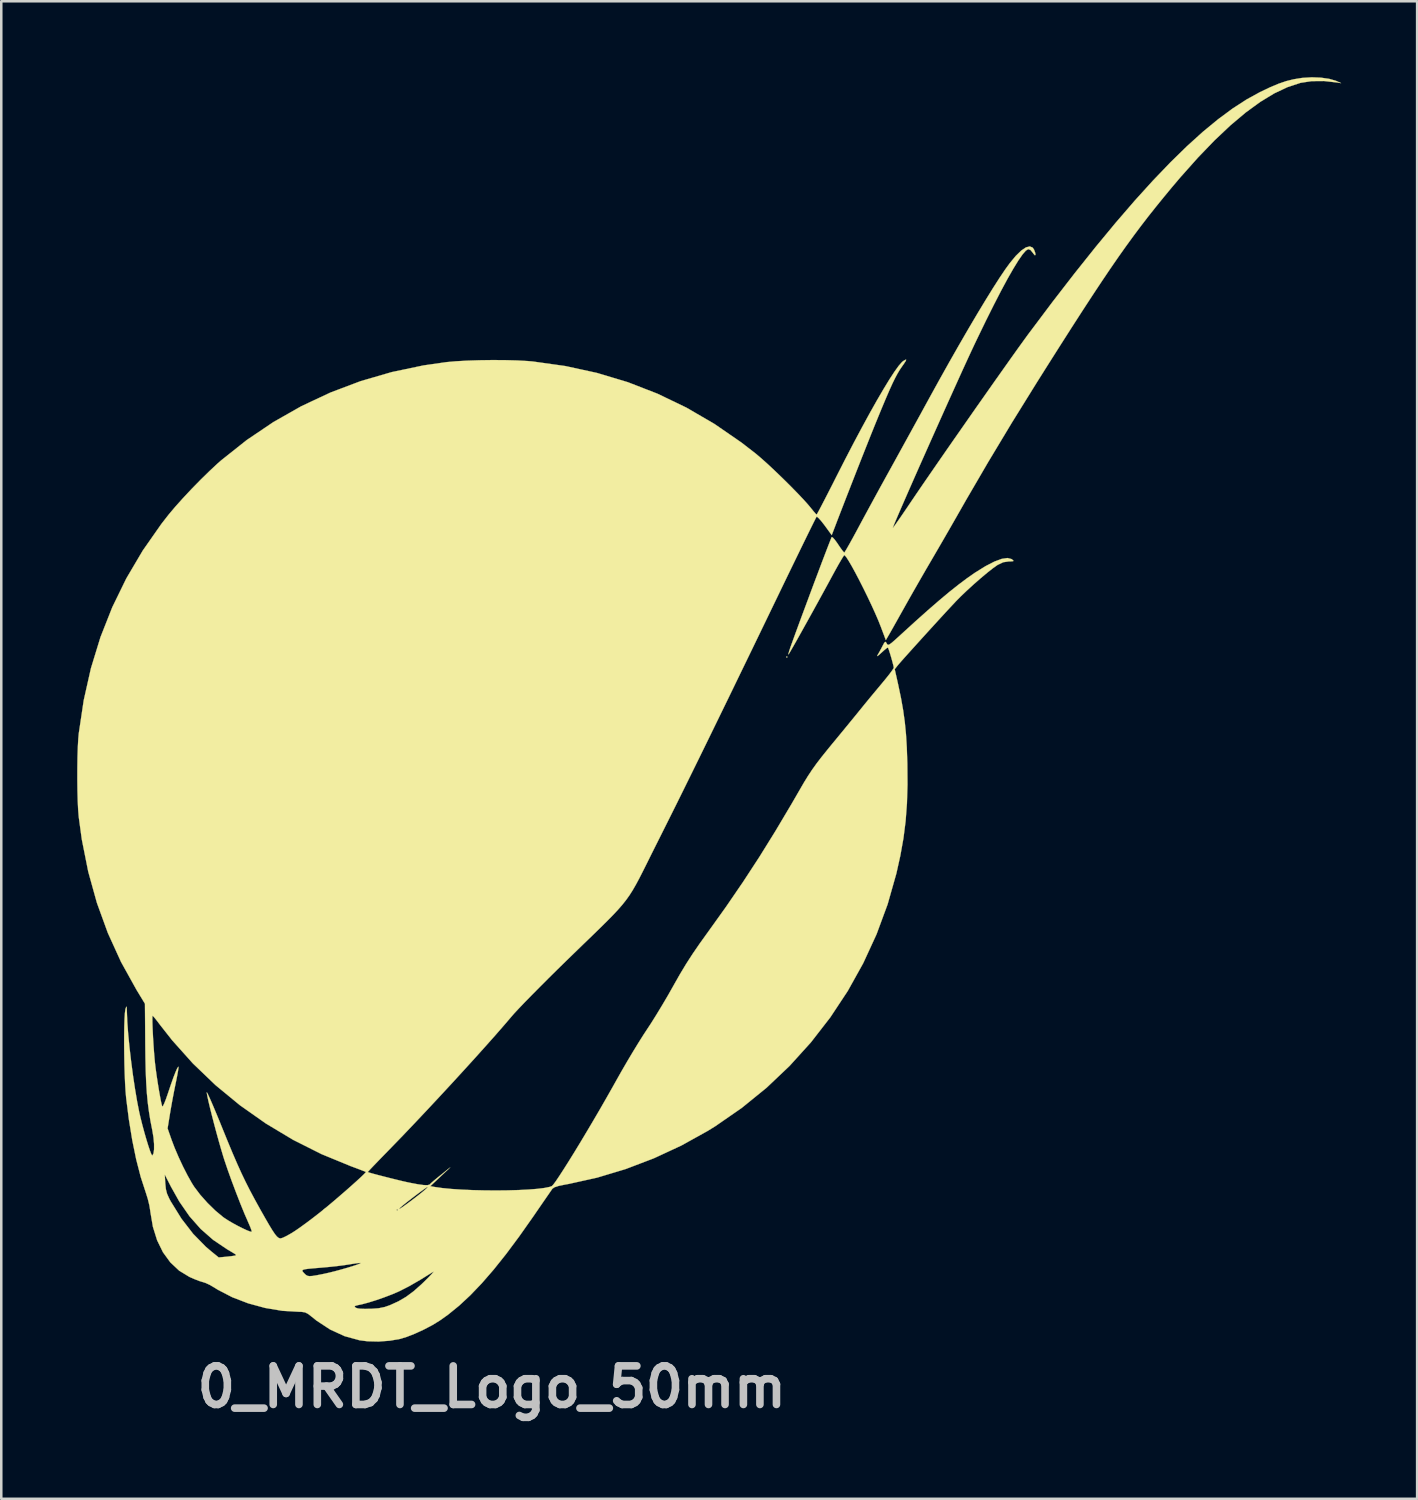
<source format=kicad_pcb>
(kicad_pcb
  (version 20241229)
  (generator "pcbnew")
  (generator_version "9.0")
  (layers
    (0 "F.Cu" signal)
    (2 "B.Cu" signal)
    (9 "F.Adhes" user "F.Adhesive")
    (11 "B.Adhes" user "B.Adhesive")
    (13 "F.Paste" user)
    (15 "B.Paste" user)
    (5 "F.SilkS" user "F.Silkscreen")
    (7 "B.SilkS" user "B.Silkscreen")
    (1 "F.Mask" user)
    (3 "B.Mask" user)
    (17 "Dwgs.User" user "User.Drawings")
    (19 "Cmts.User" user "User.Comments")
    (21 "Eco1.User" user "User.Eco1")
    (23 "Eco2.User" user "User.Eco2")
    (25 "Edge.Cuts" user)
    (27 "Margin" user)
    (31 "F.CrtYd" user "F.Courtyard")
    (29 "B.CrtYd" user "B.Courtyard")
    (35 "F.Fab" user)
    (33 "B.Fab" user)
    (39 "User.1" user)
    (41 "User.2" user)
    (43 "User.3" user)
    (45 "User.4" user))
  (footprint "0_MRDT_Logo_50mm"
    (layer "F.Cu")
    (at 24.968 24.986)
    (property "Reference" "0_MRDT_Logo_50mm" (at -8.585 26.772 0) (layer "Dwgs.User") (effects (font (size 1.524 1.524) (thickness 0.3))))
    (attr through_hole)
    (fp_poly (pts (xy 3.1 -2.075) (xy 3.075 -2.05) (xy 3.05 -2.075) (xy 3.075 -2.1) (xy 3.1 -2.075)) (stroke (width 0.01) (type solid)) (fill yes) (layer "F.SilkS"))
    (fp_poly (pts (xy 24.177 -24.967) (xy 24.505 -24.92) (xy 24.771 -24.843) (xy 24.812 -24.825) (xy 24.975 -24.75) (xy 24.825 -24.775) (xy 24.303 -24.834) (xy 23.814 -24.83) (xy 23.38 -24.764) (xy 23.362 -24.759) (xy 22.857 -24.593) (xy 22.33 -24.344) (xy 21.781 -24.01) (xy 21.206 -23.591) (xy 20.605 -23.085) (xy 19.975 -22.49) (xy 19.315 -21.805) (xy 18.623 -21.028) (xy 18.278 -20.621) (xy 17.959 -20.235) (xy 17.654 -19.859) (xy 17.358 -19.486) (xy 17.067 -19.108) (xy 16.776 -18.719) (xy 16.48 -18.312) (xy 16.174 -17.88) (xy 15.854 -17.416) (xy 15.515 -16.913) (xy 15.152 -16.365) (xy 14.76 -15.764) (xy 14.334 -15.103) (xy 13.87 -14.376) (xy 13.363 -13.576) (xy 12.937 -12.9) (xy 11.965 -11.333) (xy 11.031 -9.78) (xy 10.148 -8.265) (xy 9.926 -7.875) (xy 9.725 -7.523) (xy 9.493 -7.118) (xy 9.248 -6.693) (xy 9.009 -6.282) (xy 8.8 -5.923) (xy 8.591 -5.566) (xy 8.362 -5.169) (xy 8.131 -4.766) (xy 7.914 -4.385) (xy 7.731 -4.059) (xy 7.725 -4.048) (xy 7.566 -3.765) (xy 7.416 -3.497) (xy 7.284 -3.262) (xy 7.18 -3.078) (xy 7.114 -2.963) (xy 7.112 -2.959) (xy 6.986 -2.743) (xy 6.792 -3.259) (xy 6.691 -3.514) (xy 6.564 -3.807) (xy 6.419 -4.126) (xy 6.262 -4.457) (xy 6.099 -4.789) (xy 5.937 -5.109) (xy 5.782 -5.405) (xy 5.64 -5.664) (xy 5.518 -5.873) (xy 5.422 -6.021) (xy 5.358 -6.094) (xy 5.344 -6.1) (xy 5.311 -6.058) (xy 5.239 -5.942) (xy 5.136 -5.766) (xy 5.012 -5.545) (xy 4.899 -5.338) (xy 4.716 -5) (xy 4.519 -4.64) (xy 4.316 -4.269) (xy 4.111 -3.897) (xy 3.911 -3.536) (xy 3.721 -3.195) (xy 3.549 -2.886) (xy 3.399 -2.619) (xy 3.277 -2.406) (xy 3.19 -2.256) (xy 3.144 -2.181) (xy 3.139 -2.175) (xy 3.136 -2.197) (xy 3.162 -2.296) (xy 3.214 -2.454) (xy 3.266 -2.6) (xy 3.391 -2.944) (xy 3.53 -3.324) (xy 3.679 -3.728) (xy 3.835 -4.147) (xy 3.992 -4.57) (xy 4.147 -4.986) (xy 4.297 -5.384) (xy 4.436 -5.754) (xy 4.562 -6.085) (xy 4.67 -6.367) (xy 4.756 -6.589) (xy 4.816 -6.741) (xy 4.846 -6.812) (xy 4.848 -6.815) (xy 4.89 -6.795) (xy 4.969 -6.708) (xy 5.07 -6.57) (xy 5.098 -6.527) (xy 5.203 -6.373) (xy 5.288 -6.259) (xy 5.338 -6.204) (xy 5.343 -6.201) (xy 5.375 -6.244) (xy 5.446 -6.362) (xy 5.55 -6.544) (xy 5.679 -6.777) (xy 5.826 -7.047) (xy 5.9 -7.186) (xy 6.075 -7.512) (xy 6.285 -7.9) (xy 6.515 -8.322) (xy 6.751 -8.755) (xy 6.98 -9.171) (xy 7.119 -9.422) (xy 7.32 -9.786) (xy 7.556 -10.215) (xy 7.815 -10.686) (xy 8.084 -11.175) (xy 8.35 -11.659) (xy 8.6 -12.116) (xy 8.687 -12.275) (xy 9.092 -13.01) (xy 9.49 -13.721) (xy 9.877 -14.4) (xy 10.247 -15.039) (xy 10.598 -15.633) (xy 10.924 -16.173) (xy 11.221 -16.653) (xy 11.485 -17.065) (xy 11.712 -17.401) (xy 11.883 -17.637) (xy 12.123 -17.927) (xy 12.338 -18.135) (xy 12.522 -18.26) (xy 12.674 -18.299) (xy 12.789 -18.251) (xy 12.842 -18.173) (xy 12.891 -18.039) (xy 12.9 -17.961) (xy 12.872 -17.95) (xy 12.811 -18.021) (xy 12.798 -18.041) (xy 12.702 -18.158) (xy 12.612 -18.191) (xy 12.611 -18.191) (xy 12.517 -18.131) (xy 12.387 -17.981) (xy 12.222 -17.744) (xy 12.025 -17.423) (xy 11.795 -17.021) (xy 11.536 -16.54) (xy 11.249 -15.983) (xy 10.935 -15.354) (xy 10.596 -14.654) (xy 10.475 -14.4) (xy 10.356 -14.146) (xy 10.21 -13.831) (xy 10.042 -13.465) (xy 9.855 -13.053) (xy 9.653 -12.606) (xy 9.439 -12.132) (xy 9.217 -11.637) (xy 8.991 -11.132) (xy 8.764 -10.624) (xy 8.54 -10.12) (xy 8.322 -9.631) (xy 8.115 -9.163) (xy 7.922 -8.724) (xy 7.747 -8.324) (xy 7.593 -7.971) (xy 7.464 -7.671) (xy 7.363 -7.435) (xy 7.295 -7.27) (xy 7.263 -7.184) (xy 7.261 -7.173) (xy 7.291 -7.209) (xy 7.37 -7.317) (xy 7.488 -7.486) (xy 7.639 -7.704) (xy 7.814 -7.961) (xy 7.95 -8.163) (xy 8.177 -8.498) (xy 8.445 -8.891) (xy 8.749 -9.332) (xy 9.08 -9.812) (xy 9.432 -10.32) (xy 9.799 -10.847) (xy 10.174 -11.384) (xy 10.548 -11.92) (xy 10.917 -12.445) (xy 11.272 -12.95) (xy 11.608 -13.425) (xy 11.916 -13.86) (xy 12.191 -14.246) (xy 12.426 -14.572) (xy 12.613 -14.829) (xy 12.666 -14.9) (xy 13.578 -16.114) (xy 14.449 -17.24) (xy 15.279 -18.28) (xy 16.07 -19.236) (xy 16.825 -20.111) (xy 17.545 -20.905) (xy 18.233 -21.622) (xy 18.889 -22.263) (xy 19.516 -22.83) (xy 20.116 -23.324) (xy 20.691 -23.749) (xy 21.242 -24.106) (xy 21.772 -24.397) (xy 21.775 -24.398) (xy 22.17 -24.587) (xy 22.506 -24.728) (xy 22.808 -24.831) (xy 23.1 -24.903) (xy 23.407 -24.953) (xy 23.46 -24.959) (xy 23.819 -24.981) (xy 24.177 -24.967)) (stroke (width 0.01) (type solid)) (fill yes) (layer "F.SilkS"))
    (fp_poly (pts (xy 7.791 -13.82) (xy 7.765 -13.76) (xy 7.68 -13.632) (xy 7.631 -13.563) (xy 7.539 -13.428) (xy 7.45 -13.28) (xy 7.357 -13.107) (xy 7.254 -12.897) (xy 7.136 -12.638) (xy 6.998 -12.319) (xy 6.833 -11.927) (xy 6.687 -11.573) (xy 6.562 -11.267) (xy 6.408 -10.885) (xy 6.232 -10.443) (xy 6.04 -9.959) (xy 5.839 -9.449) (xy 5.636 -8.93) (xy 5.437 -8.42) (xy 5.249 -7.935) (xy 5.078 -7.493) (xy 4.932 -7.109) (xy 4.902 -7.032) (xy 4.848 -6.89) (xy 4.568 -7.274) (xy 4.444 -7.434) (xy 4.339 -7.553) (xy 4.268 -7.614) (xy 4.248 -7.616) (xy 4.22 -7.565) (xy 4.153 -7.432) (xy 4.049 -7.223) (xy 3.913 -6.947) (xy 3.749 -6.612) (xy 3.56 -6.224) (xy 3.35 -5.792) (xy 3.122 -5.323) (xy 2.881 -4.824) (xy 2.785 -4.625) (xy 2.231 -3.478) (xy 1.717 -2.415) (xy 1.239 -1.43) (xy 0.796 -0.516) (xy 0.383 0.332) (xy -0.001 1.12) (xy -0.361 1.856) (xy -0.7 2.545) (xy -1.019 3.193) (xy -1.323 3.807) (xy -1.615 4.392) (xy -1.897 4.956) (xy -2.057 5.275) (xy -2.275 5.71) (xy -2.46 6.084) (xy -2.621 6.405) (xy -2.763 6.683) (xy -2.893 6.925) (xy -3.017 7.14) (xy -3.143 7.338) (xy -3.277 7.526) (xy -3.425 7.713) (xy -3.594 7.907) (xy -3.791 8.118) (xy -4.023 8.354) (xy -4.295 8.623) (xy -4.614 8.934) (xy -4.988 9.295) (xy -5.422 9.716) (xy -5.625 9.913) (xy -5.991 10.271) (xy -6.349 10.625) (xy -6.689 10.966) (xy -7.003 11.283) (xy -7.282 11.568) (xy -7.514 11.811) (xy -7.693 12.003) (xy -7.796 12.121) (xy -8.079 12.452) (xy -8.421 12.845) (xy -8.813 13.286) (xy -9.245 13.767) (xy -9.707 14.275) (xy -10.189 14.801) (xy -10.681 15.332) (xy -11.173 15.859) (xy -11.655 16.37) (xy -12.116 16.854) (xy -12.548 17.3) (xy -12.619 17.373) (xy -12.858 17.618) (xy -13.071 17.838) (xy -13.25 18.024) (xy -13.384 18.165) (xy -13.465 18.253) (xy -13.486 18.278) (xy -13.424 18.3) (xy -13.285 18.34) (xy -13.087 18.393) (xy -12.851 18.454) (xy -12.595 18.519) (xy -12.34 18.582) (xy -12.104 18.639) (xy -11.908 18.683) (xy -11.832 18.699) (xy -11.511 18.76) (xy -11.278 18.792) (xy -11.124 18.796) (xy -11.042 18.772) (xy -11.03 18.759) (xy -10.983 18.712) (xy -10.875 18.618) (xy -10.724 18.493) (xy -10.615 18.405) (xy -10.225 18.092) (xy -10.62 18.464) (xy -11.014 18.836) (xy -10.845 18.867) (xy -10.544 18.91) (xy -10.184 18.945) (xy -9.777 18.972) (xy -9.339 18.991) (xy -8.881 19.002) (xy -8.419 19.006) (xy -7.965 19.001) (xy -7.533 18.989) (xy -7.137 18.969) (xy -6.791 18.942) (xy -6.508 18.907) (xy -6.301 18.865) (xy -6.212 18.833) (xy -6.155 18.774) (xy -6.053 18.637) (xy -5.914 18.43) (xy -5.741 18.163) (xy -5.54 17.845) (xy -5.316 17.484) (xy -5.076 17.089) (xy -4.824 16.668) (xy -4.566 16.232) (xy -4.306 15.788) (xy -4.052 15.345) (xy -3.807 14.913) (xy -3.674 14.675) (xy -3.463 14.301) (xy -3.237 13.911) (xy -3.008 13.527) (xy -2.79 13.17) (xy -2.596 12.862) (xy -2.473 12.675) (xy -2.288 12.393) (xy -2.074 12.051) (xy -1.847 11.676) (xy -1.623 11.296) (xy -1.421 10.939) (xy -1.401 10.903) (xy -1.152 10.464) (xy -0.908 10.058) (xy -0.65 9.658) (xy -0.361 9.237) (xy -0.031 8.778) (xy 0.675 7.791) (xy 1.343 6.815) (xy 1.988 5.827) (xy 2.624 4.803) (xy 3.268 3.719) (xy 3.568 3.2) (xy 3.747 2.891) (xy 3.911 2.625) (xy 4.073 2.38) (xy 4.248 2.135) (xy 4.452 1.87) (xy 4.698 1.564) (xy 4.873 1.35) (xy 5.116 1.056) (xy 5.357 0.763) (xy 5.583 0.487) (xy 5.78 0.246) (xy 5.935 0.055) (xy 6 -0.025) (xy 6.155 -0.216) (xy 6.352 -0.456) (xy 6.567 -0.715) (xy 6.776 -0.965) (xy 6.81 -1.006) (xy 6.981 -1.213) (xy 7.126 -1.395) (xy 7.233 -1.54) (xy 7.292 -1.63) (xy 7.3 -1.651) (xy 7.287 -1.726) (xy 7.252 -1.862) (xy 7.206 -2.031) (xy 7.155 -2.202) (xy 7.109 -2.346) (xy 7.076 -2.434) (xy 7.069 -2.447) (xy 7.025 -2.427) (xy 6.931 -2.352) (xy 6.815 -2.247) (xy 6.699 -2.143) (xy 6.645 -2.108) (xy 6.656 -2.145) (xy 6.659 -2.15) (xy 6.729 -2.272) (xy 6.815 -2.431) (xy 6.849 -2.497) (xy 6.917 -2.625) (xy 6.959 -2.675) (xy 6.992 -2.658) (xy 7.02 -2.609) (xy 7.047 -2.568) (xy 7.081 -2.554) (xy 7.135 -2.575) (xy 7.222 -2.639) (xy 7.354 -2.754) (xy 7.545 -2.927) (xy 7.577 -2.957) (xy 8.143 -3.473) (xy 8.647 -3.923) (xy 9.097 -4.313) (xy 9.5 -4.65) (xy 9.864 -4.939) (xy 10.195 -5.187) (xy 10.502 -5.401) (xy 10.525 -5.416) (xy 10.932 -5.668) (xy 11.28 -5.847) (xy 11.568 -5.953) (xy 11.794 -5.986) (xy 11.956 -5.944) (xy 11.975 -5.93) (xy 12.028 -5.883) (xy 12.018 -5.861) (xy 11.931 -5.853) (xy 11.847 -5.852) (xy 11.624 -5.819) (xy 11.403 -5.713) (xy 11.393 -5.707) (xy 11.218 -5.583) (xy 10.991 -5.404) (xy 10.731 -5.186) (xy 10.456 -4.945) (xy 10.185 -4.697) (xy 9.936 -4.459) (xy 9.75 -4.27) (xy 9.596 -4.105) (xy 9.4 -3.895) (xy 9.174 -3.649) (xy 8.927 -3.379) (xy 8.67 -3.097) (xy 8.412 -2.813) (xy 8.165 -2.54) (xy 7.938 -2.288) (xy 7.741 -2.069) (xy 7.586 -1.894) (xy 7.482 -1.774) (xy 7.448 -1.733) (xy 7.337 -1.593) (xy 7.473 -0.984) (xy 7.584 -0.455) (xy 7.67 0.029) (xy 7.735 0.497) (xy 7.782 0.976) (xy 7.814 1.495) (xy 7.834 2.082) (xy 7.836 2.155) (xy 7.842 2.968) (xy 7.82 3.71) (xy 7.768 4.407) (xy 7.682 5.085) (xy 7.56 5.769) (xy 7.402 6.48) (xy 7.056 7.698) (xy 6.619 8.881) (xy 6.093 10.023) (xy 5.483 11.119) (xy 4.792 12.164) (xy 4.024 13.154) (xy 3.182 14.084) (xy 2.27 14.949) (xy 1.291 15.744) (xy 0.249 16.465) (xy -0.055 16.653) (xy -1.093 17.229) (xy -2.178 17.733) (xy -3.295 18.159) (xy -4.426 18.499) (xy -5.555 18.749) (xy -5.675 18.77) (xy -5.938 18.824) (xy -6.107 18.879) (xy -6.189 18.936) (xy -6.235 19.001) (xy -6.328 19.136) (xy -6.461 19.328) (xy -6.625 19.566) (xy -6.811 19.836) (xy -6.958 20.05) (xy -7.507 20.829) (xy -8.023 21.522) (xy -8.513 22.135) (xy -8.981 22.674) (xy -9.433 23.146) (xy -9.875 23.557) (xy -10.313 23.913) (xy -10.644 24.148) (xy -10.935 24.326) (xy -11.271 24.502) (xy -11.618 24.662) (xy -11.946 24.791) (xy -12.203 24.87) (xy -12.613 24.942) (xy -13.056 24.975) (xy -13.49 24.965) (xy -13.81 24.925) (xy -14.402 24.762) (xy -14.97 24.502) (xy -15.513 24.146) (xy -15.7 23.995) (xy -15.845 23.882) (xy -15.963 23.823) (xy -16.097 23.802) (xy -16.193 23.8) (xy -16.863 23.761) (xy -17.543 23.647) (xy -17.704 23.603) (xy -14.009 23.603) (xy -13.94 23.647) (xy -13.875 23.667) (xy -13.78 23.678) (xy -13.616 23.683) (xy -13.414 23.682) (xy -13.35 23.681) (xy -13.058 23.66) (xy -12.818 23.611) (xy -12.611 23.539) (xy -12.273 23.385) (xy -11.971 23.208) (xy -11.677 22.99) (xy -11.364 22.713) (xy -11.254 22.607) (xy -11.09 22.444) (xy -10.969 22.317) (xy -10.898 22.236) (xy -10.888 22.212) (xy -10.9 22.218) (xy -11.417 22.539) (xy -11.863 22.795) (xy -12.243 22.988) (xy -12.262 22.997) (xy -12.53 23.112) (xy -12.837 23.229) (xy -13.156 23.34) (xy -13.458 23.434) (xy -13.715 23.503) (xy -13.851 23.531) (xy -13.979 23.564) (xy -14.009 23.603) (xy -17.704 23.603) (xy -18.209 23.466) (xy -18.84 23.224) (xy -19.411 22.928) (xy -19.56 22.835) (xy -19.732 22.735) (xy -19.901 22.657) (xy -20 22.626) (xy -20.13 22.587) (xy -20.313 22.517) (xy -20.513 22.43) (xy -20.542 22.416) (xy -20.942 22.172) (xy -20.942 22.171) (xy -16.073 22.171) (xy -16.057 22.211) (xy -16.01 22.265) (xy -15.999 22.276) (xy -15.936 22.338) (xy -15.874 22.376) (xy -15.793 22.391) (xy -15.674 22.384) (xy -15.497 22.355) (xy -15.243 22.305) (xy -15.218 22.3) (xy -15.014 22.254) (xy -14.78 22.196) (xy -14.534 22.129) (xy -14.295 22.061) (xy -14.08 21.995) (xy -13.908 21.938) (xy -13.796 21.894) (xy -13.764 21.87) (xy -13.764 21.87) (xy -13.818 21.87) (xy -13.946 21.885) (xy -14.125 21.912) (xy -14.202 21.925) (xy -14.42 21.958) (xy -14.701 21.994) (xy -15.009 22.027) (xy -15.298 22.053) (xy -15.606 22.079) (xy -15.826 22.099) (xy -15.969 22.119) (xy -16.048 22.142) (xy -16.073 22.171) (xy -20.942 22.171) (xy -21.288 21.846) (xy -21.579 21.446) (xy -21.809 20.975) (xy -21.976 20.441) (xy -22.077 19.848) (xy -22.081 19.808) (xy -22.116 19.593) (xy -22.178 19.338) (xy -22.254 19.095) (xy -22.261 19.075) (xy -22.457 18.473) (xy -22.482 18.375) (xy -21.508 18.375) (xy -21.486 18.733) (xy -21.464 18.95) (xy -21.419 19.129) (xy -21.336 19.316) (xy -21.274 19.433) (xy -20.848 20.121) (xy -20.386 20.719) (xy -19.885 21.23) (xy -19.675 21.409) (xy -19.375 21.652) (xy -19.05 21.621) (xy -18.881 21.602) (xy -18.756 21.584) (xy -18.704 21.57) (xy -18.693 21.557) (xy -18.703 21.539) (xy -18.749 21.506) (xy -18.846 21.446) (xy -19.01 21.349) (xy -19.05 21.325) (xy -19.596 20.957) (xy -20.087 20.526) (xy -20.53 20.025) (xy -20.933 19.443) (xy -21.259 18.861) (xy -21.508 18.375) (xy -22.482 18.375) (xy -22.635 17.783) (xy -22.792 17.018) (xy -22.927 16.189) (xy -23.033 15.35) (xy -23.056 15.088) (xy -23.075 14.77) (xy -23.09 14.41) (xy -23.102 14.023) (xy -23.109 13.625) (xy -23.113 13.232) (xy -23.112 12.857) (xy -23.107 12.517) (xy -23.097 12.226) (xy -23.083 11.999) (xy -23.064 11.853) (xy -23.057 11.825) (xy -23.03 11.749) (xy -23.014 11.746) (xy -23.007 11.824) (xy -23.004 11.95) (xy -22.988 12.347) (xy -22.953 12.819) (xy -22.902 13.342) (xy -22.838 13.893) (xy -22.765 14.45) (xy -22.684 14.988) (xy -22.6 15.486) (xy -22.515 15.919) (xy -22.473 16.101) (xy -22.397 16.405) (xy -22.316 16.706) (xy -22.235 16.987) (xy -22.159 17.234) (xy -22.092 17.433) (xy -22.039 17.568) (xy -22.004 17.624) (xy -21.999 17.624) (xy -21.953 17.544) (xy -21.93 17.385) (xy -21.93 17.167) (xy -21.953 16.909) (xy -21.999 16.632) (xy -22.001 16.621) (xy -22.074 16.248) (xy -22.132 15.892) (xy -22.179 15.534) (xy -22.215 15.158) (xy -22.241 14.748) (xy -22.26 14.285) (xy -22.272 13.754) (xy -22.278 13.25) (xy -22.285 12.276) (xy -21.998 12.276) (xy -21.993 12.471) (xy -21.983 12.712) (xy -21.969 12.985) (xy -21.951 13.27) (xy -21.931 13.55) (xy -21.909 13.809) (xy -21.896 13.95) (xy -21.868 14.185) (xy -21.831 14.454) (xy -21.788 14.738) (xy -21.743 15.017) (xy -21.698 15.271) (xy -21.658 15.482) (xy -21.624 15.629) (xy -21.605 15.687) (xy -21.578 15.667) (xy -21.529 15.567) (xy -21.463 15.402) (xy -21.389 15.19) (xy -21.38 15.162) (xy -21.267 14.827) (xy -21.167 14.545) (xy -21.082 14.327) (xy -21.017 14.181) (xy -20.975 14.118) (xy -20.965 14.118) (xy -20.967 14.172) (xy -20.987 14.305) (xy -21.022 14.496) (xy -21.068 14.727) (xy -21.073 14.749) (xy -21.137 15.065) (xy -21.205 15.421) (xy -21.267 15.767) (xy -21.299 15.956) (xy -21.396 16.553) (xy -21.244 16.989) (xy -21.117 17.323) (xy -20.96 17.69) (xy -20.786 18.062) (xy -20.608 18.41) (xy -20.44 18.709) (xy -20.347 18.857) (xy -20.108 19.173) (xy -19.819 19.498) (xy -19.509 19.801) (xy -19.209 20.051) (xy -19.167 20.082) (xy -19.016 20.181) (xy -18.829 20.291) (xy -18.628 20.401) (xy -18.431 20.5) (xy -18.26 20.58) (xy -18.133 20.629) (xy -18.071 20.638) (xy -18.07 20.637) (xy -18.079 20.585) (xy -18.122 20.466) (xy -18.191 20.304) (xy -18.206 20.27) (xy -18.354 19.931) (xy -18.52 19.524) (xy -18.693 19.079) (xy -18.864 18.625) (xy -19.02 18.189) (xy -19.151 17.802) (xy -19.199 17.65) (xy -19.282 17.371) (xy -19.372 17.057) (xy -19.465 16.721) (xy -19.556 16.381) (xy -19.641 16.052) (xy -19.717 15.749) (xy -19.779 15.489) (xy -19.823 15.286) (xy -19.846 15.158) (xy -19.848 15.129) (xy -19.83 15.148) (xy -19.779 15.251) (xy -19.7 15.426) (xy -19.597 15.665) (xy -19.474 15.957) (xy -19.335 16.292) (xy -19.231 16.55) (xy -19.011 17.09) (xy -18.818 17.553) (xy -18.643 17.957) (xy -18.479 18.32) (xy -18.316 18.66) (xy -18.148 18.992) (xy -17.965 19.336) (xy -17.76 19.708) (xy -17.738 19.748) (xy -17.538 20.101) (xy -17.379 20.376) (xy -17.254 20.581) (xy -17.156 20.727) (xy -17.078 20.822) (xy -17.014 20.876) (xy -16.958 20.898) (xy -16.931 20.9) (xy -16.84 20.873) (xy -16.691 20.801) (xy -16.506 20.696) (xy -16.368 20.609) (xy -16.164 20.469) (xy -15.911 20.285) (xy -15.639 20.08) (xy -15.373 19.873) (xy -15.3 19.814) (xy -15.252 19.775) (xy -12.35 19.775) (xy -12.325 19.8) (xy -12.3 19.775) (xy -12.325 19.75) (xy -12.35 19.775) (xy -15.252 19.775) (xy -15.2 19.733) (xy -12.25 19.733) (xy -12.212 19.723) (xy -12.098 19.65) (xy -11.908 19.513) (xy -11.643 19.314) (xy -11.509 19.211) (xy -11.341 19.077) (xy -11.21 18.966) (xy -11.132 18.891) (xy -11.117 18.866) (xy -11.161 18.887) (xy -11.266 18.958) (xy -11.414 19.065) (xy -11.588 19.195) (xy -11.772 19.335) (xy -11.947 19.472) (xy -12.096 19.592) (xy -12.203 19.683) (xy -12.249 19.73) (xy -12.25 19.733) (xy -15.2 19.733) (xy -15.084 19.638) (xy -14.848 19.44) (xy -14.602 19.229) (xy -14.358 19.018) (xy -14.127 18.814) (xy -13.921 18.629) (xy -13.751 18.473) (xy -13.629 18.355) (xy -13.566 18.287) (xy -13.56 18.274) (xy -13.61 18.252) (xy -13.735 18.203) (xy -13.917 18.134) (xy -14.137 18.052) (xy -14.149 18.048) (xy -15.313 17.569) (xy -16.437 17.004) (xy -17.514 16.358) (xy -18.538 15.637) (xy -19.5 14.845) (xy -20.395 13.987) (xy -21.216 13.069) (xy -21.673 12.488) (xy -21.799 12.322) (xy -21.903 12.191) (xy -21.971 12.114) (xy -21.988 12.1) (xy -21.996 12.147) (xy -21.998 12.276) (xy -22.285 12.276) (xy -22.291 11.625) (xy -22.625 11.075) (xy -23.235 9.976) (xy -23.756 8.832) (xy -24.188 7.644) (xy -24.531 6.41) (xy -24.786 5.13) (xy -24.906 4.25) (xy -24.929 3.972) (xy -24.947 3.616) (xy -24.958 3.207) (xy -24.963 2.766) (xy -24.962 2.317) (xy -24.956 1.882) (xy -24.943 1.484) (xy -24.924 1.147) (xy -24.906 0.95) (xy -24.71 -0.363) (xy -24.424 -1.633) (xy -24.048 -2.859) (xy -23.581 -4.042) (xy -23.025 -5.182) (xy -22.378 -6.279) (xy -21.64 -7.334) (xy -21.355 -7.7) (xy -21.1 -8.003) (xy -20.79 -8.349) (xy -20.446 -8.716) (xy -20.088 -9.082) (xy -19.737 -9.425) (xy -19.416 -9.725) (xy -19.275 -9.848) (xy -18.269 -10.647) (xy -17.212 -11.36) (xy -16.107 -11.987) (xy -14.957 -12.526) (xy -13.768 -12.975) (xy -12.541 -13.332) (xy -11.282 -13.597) (xy -10.375 -13.727) (xy -10.003 -13.76) (xy -9.559 -13.785) (xy -9.07 -13.801) (xy -8.562 -13.808) (xy -8.06 -13.805) (xy -7.59 -13.793) (xy -7.178 -13.77) (xy -6.975 -13.753) (xy -5.68 -13.572) (xy -4.426 -13.299) (xy -3.21 -12.934) (xy -2.033 -12.477) (xy -0.893 -11.928) (xy 0.212 -11.285) (xy 1.281 -10.548) (xy 1.85 -10.107) (xy 2.068 -9.922) (xy 2.329 -9.688) (xy 2.616 -9.419) (xy 2.915 -9.131) (xy 3.21 -8.839) (xy 3.487 -8.556) (xy 3.73 -8.3) (xy 3.924 -8.083) (xy 4.025 -7.961) (xy 4.131 -7.83) (xy 4.212 -7.736) (xy 4.25 -7.703) (xy 4.278 -7.745) (xy 4.345 -7.867) (xy 4.445 -8.057) (xy 4.574 -8.305) (xy 4.726 -8.601) (xy 4.896 -8.934) (xy 5.011 -9.163) (xy 5.37 -9.868) (xy 5.715 -10.532) (xy 6.044 -11.149) (xy 6.352 -11.714) (xy 6.638 -12.222) (xy 6.899 -12.668) (xy 7.13 -13.047) (xy 7.33 -13.353) (xy 7.495 -13.582) (xy 7.623 -13.728) (xy 7.673 -13.769) (xy 7.76 -13.821) (xy 7.791 -13.82)) (stroke (width 0.01) (type solid)) (fill yes) (layer "F.SilkS")))
  (gr_rect
    (start -3 -3)
    (end 52.948 56.176)
    (stroke (width 0.1) (type default))
    (fill no)
    (layer "Edge.Cuts")))
</source>
